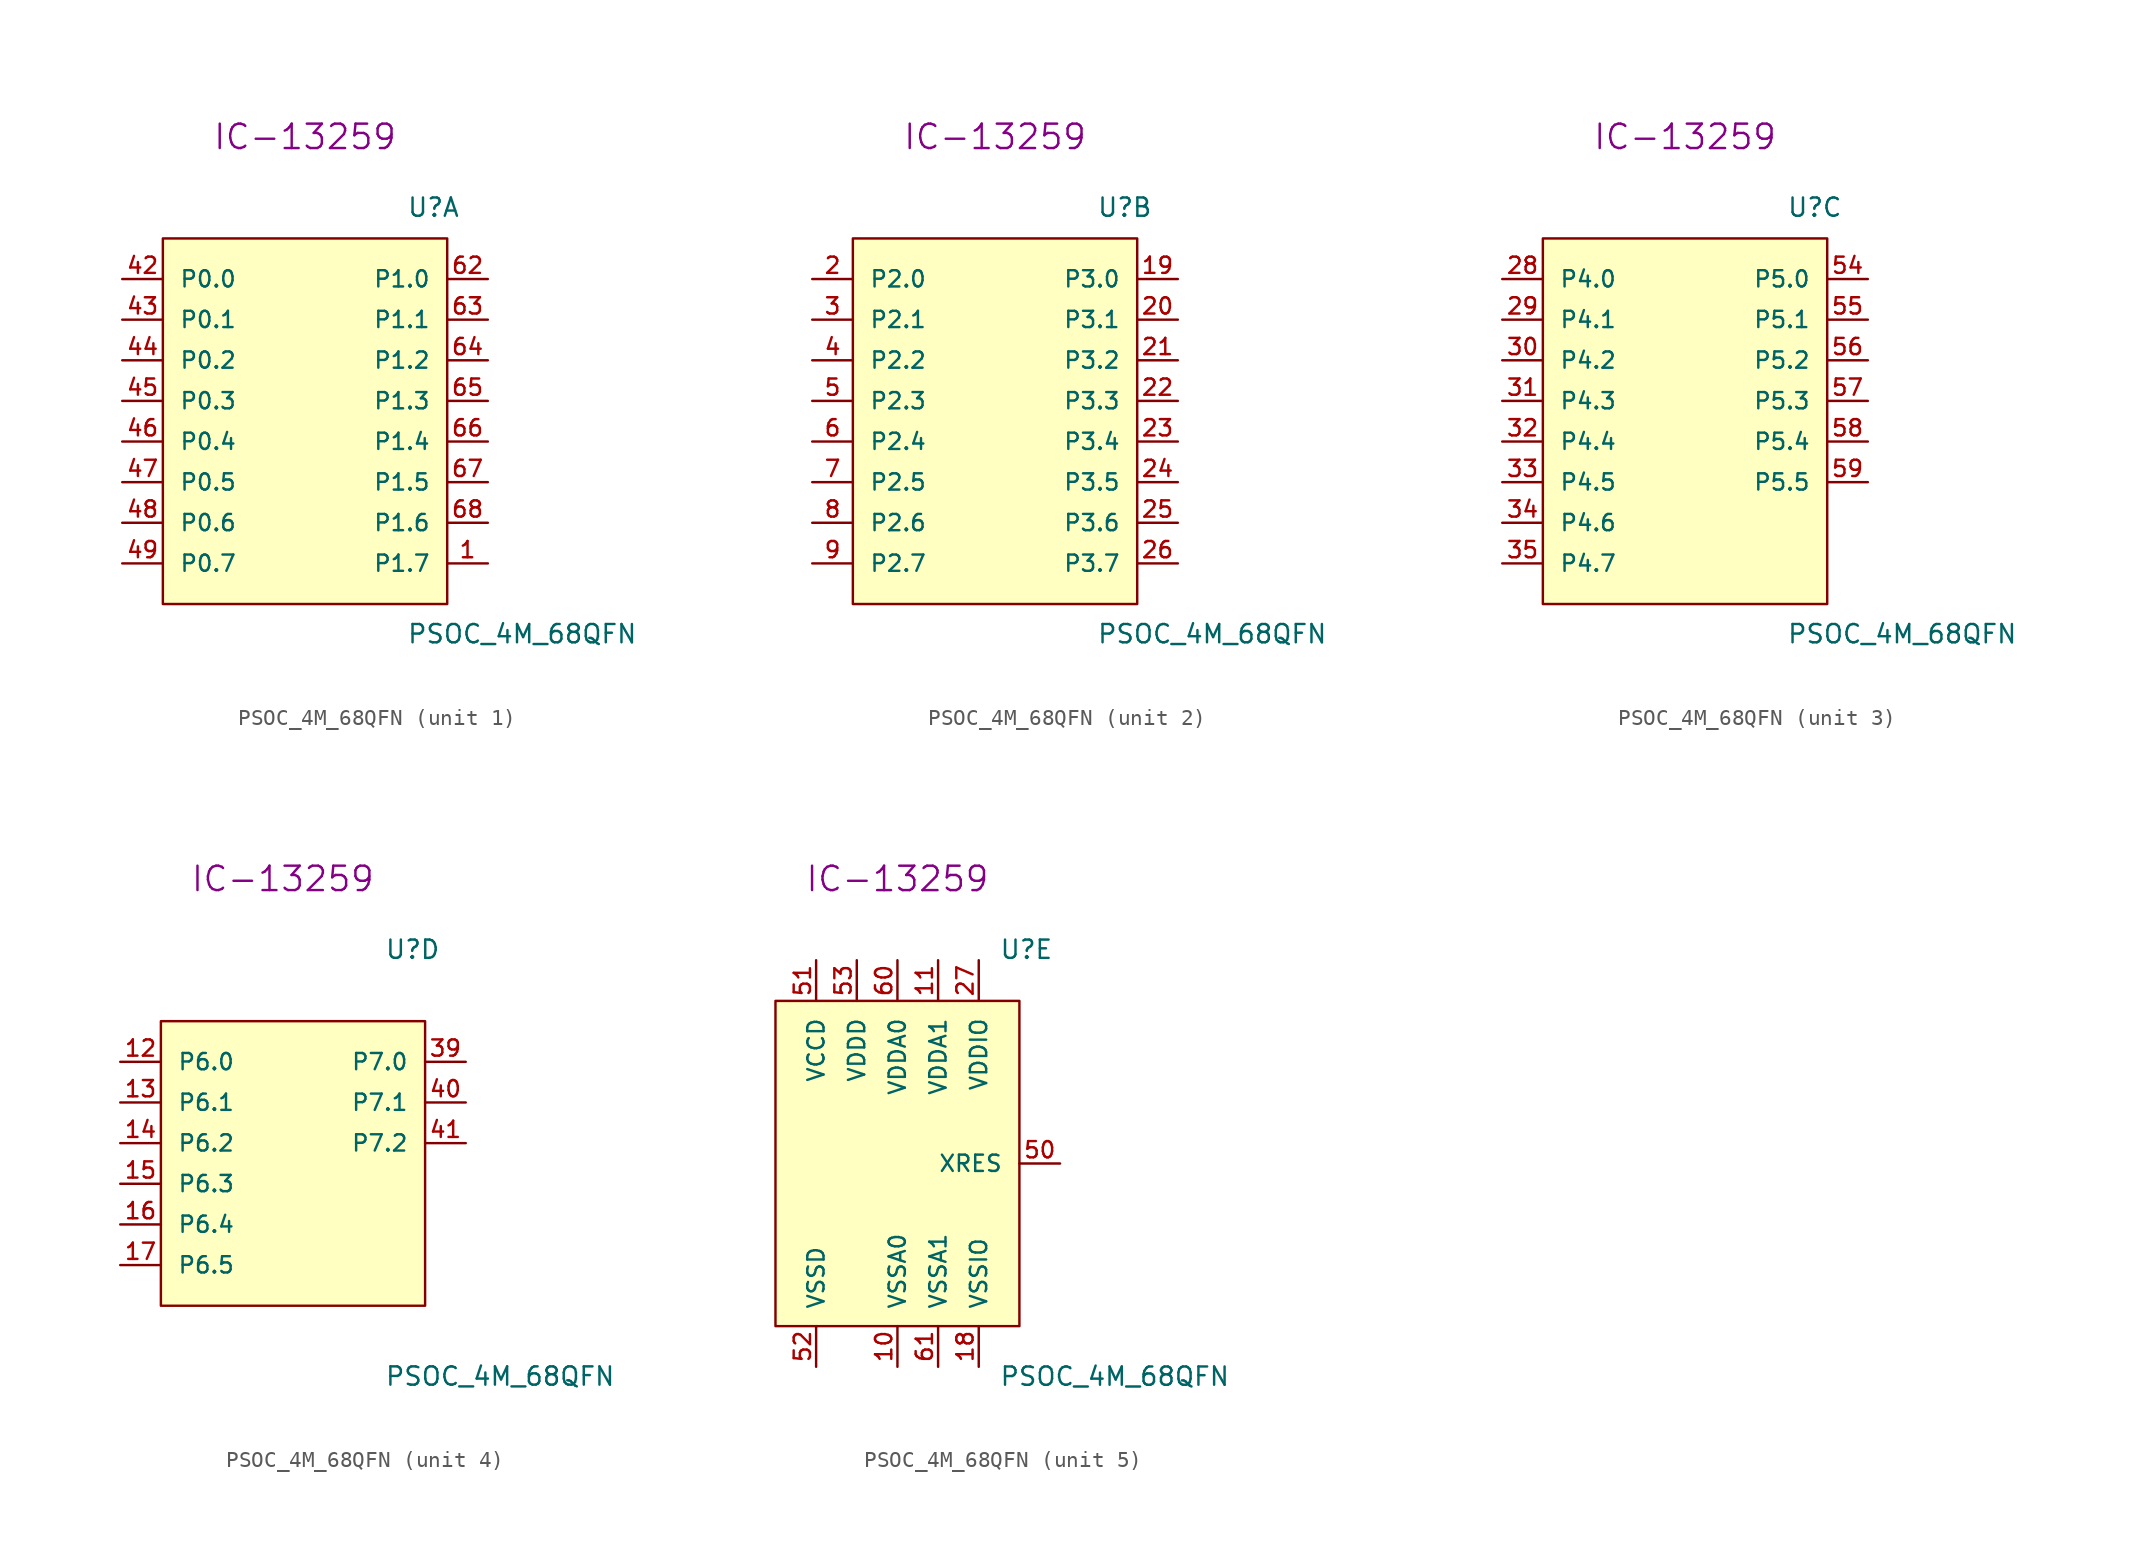
<source format=kicad_sym>
(kicad_symbol_lib
  (version 20201005)
  (generator kicad_symbol_editor)
  (symbol "PSOC_4M_68QFN"
    (pin_names
      (offset 1.016))
    (property "Reference" "U"
      (at 6.35 12.7 0)
      (effects (font (size 1.143 1.143)) (justify left bottom)))
    (property "Value" "PSOC_4M_68QFN"
      (at 6.35 -13.97 0)
      (effects (font (size 1.143 1.143)) (justify left bottom)))
    (property "Field4" "IC-13259"
      (at 0 17.78 0)
      (effects (font (size 1.524 1.524))))
    (property "ki_locked" ""
      (at 0 0 0)
      (effects (font (size 1.27 1.27))))
    (symbol "PSOC_4M_68QFN_1_1"
      (polyline (pts (xy -8.89 11.43) (xy 8.89 11.43) (xy 8.89 -11.43) (xy -8.89 -11.43) (xy -8.89 11.43)) (stroke (width 0)) (fill (type background)))
      (pin bidirectional line (at 11.43 -8.89 180) (length 2.54) (name "P1.7" (effects (font (size 1.016 1.016)))) (number "1" (effects (font (size 1.016 1.016)))))
      (pin bidirectional line (at -11.43 8.89 0) (length 2.54) (name "P0.0" (effects (font (size 1.016 1.016)))) (number "42" (effects (font (size 1.016 1.016)))))
      (pin bidirectional line (at 11.43 8.89 180) (length 2.54) (name "P1.0" (effects (font (size 1.016 1.016)))) (number "62" (effects (font (size 1.016 1.016)))))
      (pin bidirectional line (at -11.43 6.35 0) (length 2.54) (name "P0.1" (effects (font (size 1.016 1.016)))) (number "43" (effects (font (size 1.016 1.016)))))
      (pin bidirectional line (at 11.43 6.35 180) (length 2.54) (name "P1.1" (effects (font (size 1.016 1.016)))) (number "63" (effects (font (size 1.016 1.016)))))
      (pin bidirectional line (at -11.43 3.81 0) (length 2.54) (name "P0.2" (effects (font (size 1.016 1.016)))) (number "44" (effects (font (size 1.016 1.016)))))
      (pin bidirectional line (at 11.43 3.81 180) (length 2.54) (name "P1.2" (effects (font (size 1.016 1.016)))) (number "64" (effects (font (size 1.016 1.016)))))
      (pin bidirectional line (at -11.43 1.27 0) (length 2.54) (name "P0.3" (effects (font (size 1.016 1.016)))) (number "45" (effects (font (size 1.016 1.016)))))
      (pin bidirectional line (at 11.43 1.27 180) (length 2.54) (name "P1.3" (effects (font (size 1.016 1.016)))) (number "65" (effects (font (size 1.016 1.016)))))
      (pin bidirectional line (at -11.43 -1.27 0) (length 2.54) (name "P0.4" (effects (font (size 1.016 1.016)))) (number "46" (effects (font (size 1.016 1.016)))))
      (pin bidirectional line (at 11.43 -1.27 180) (length 2.54) (name "P1.4" (effects (font (size 1.016 1.016)))) (number "66" (effects (font (size 1.016 1.016)))))
      (pin bidirectional line (at -11.43 -3.81 0) (length 2.54) (name "P0.5" (effects (font (size 1.016 1.016)))) (number "47" (effects (font (size 1.016 1.016)))))
      (pin bidirectional line (at 11.43 -3.81 180) (length 2.54) (name "P1.5" (effects (font (size 1.016 1.016)))) (number "67" (effects (font (size 1.016 1.016)))))
      (pin bidirectional line (at -11.43 -6.35 0) (length 2.54) (name "P0.6" (effects (font (size 1.016 1.016)))) (number "48" (effects (font (size 1.016 1.016)))))
      (pin bidirectional line (at 11.43 -6.35 180) (length 2.54) (name "P1.6" (effects (font (size 1.016 1.016)))) (number "68" (effects (font (size 1.016 1.016)))))
      (pin bidirectional line (at -11.43 -8.89 0) (length 2.54) (name "P0.7" (effects (font (size 1.016 1.016)))) (number "49" (effects (font (size 1.016 1.016))))))
    (symbol "PSOC_4M_68QFN_2_1"
      (polyline (pts (xy -8.89 11.43) (xy 8.89 11.43) (xy 8.89 -11.43) (xy -8.89 -11.43) (xy -8.89 11.43)) (stroke (width 0)) (fill (type background)))
      (pin bidirectional line (at -11.43 8.89 0) (length 2.54) (name "P2.0" (effects (font (size 1.016 1.016)))) (number "2" (effects (font (size 1.016 1.016)))))
      (pin bidirectional line (at -11.43 6.35 0) (length 2.54) (name "P2.1" (effects (font (size 1.016 1.016)))) (number "3" (effects (font (size 1.016 1.016)))))
      (pin bidirectional line (at -11.43 3.81 0) (length 2.54) (name "P2.2" (effects (font (size 1.016 1.016)))) (number "4" (effects (font (size 1.016 1.016)))))
      (pin bidirectional line (at -11.43 1.27 0) (length 2.54) (name "P2.3" (effects (font (size 1.016 1.016)))) (number "5" (effects (font (size 1.016 1.016)))))
      (pin bidirectional line (at -11.43 -1.27 0) (length 2.54) (name "P2.4" (effects (font (size 1.016 1.016)))) (number "6" (effects (font (size 1.016 1.016)))))
      (pin bidirectional line (at -11.43 -3.81 0) (length 2.54) (name "P2.5" (effects (font (size 1.016 1.016)))) (number "7" (effects (font (size 1.016 1.016)))))
      (pin bidirectional line (at -11.43 -6.35 0) (length 2.54) (name "P2.6" (effects (font (size 1.016 1.016)))) (number "8" (effects (font (size 1.016 1.016)))))
      (pin bidirectional line (at -11.43 -8.89 0) (length 2.54) (name "P2.7" (effects (font (size 1.016 1.016)))) (number "9" (effects (font (size 1.016 1.016)))))
      (pin bidirectional line (at 11.43 6.35 180) (length 2.54) (name "P3.1" (effects (font (size 1.016 1.016)))) (number "20" (effects (font (size 1.016 1.016)))))
      (pin bidirectional line (at 11.43 3.81 180) (length 2.54) (name "P3.2" (effects (font (size 1.016 1.016)))) (number "21" (effects (font (size 1.016 1.016)))))
      (pin bidirectional line (at 11.43 1.27 180) (length 2.54) (name "P3.3" (effects (font (size 1.016 1.016)))) (number "22" (effects (font (size 1.016 1.016)))))
      (pin bidirectional line (at 11.43 -1.27 180) (length 2.54) (name "P3.4" (effects (font (size 1.016 1.016)))) (number "23" (effects (font (size 1.016 1.016)))))
      (pin bidirectional line (at 11.43 -3.81 180) (length 2.54) (name "P3.5" (effects (font (size 1.016 1.016)))) (number "24" (effects (font (size 1.016 1.016)))))
      (pin bidirectional line (at 11.43 -6.35 180) (length 2.54) (name "P3.6" (effects (font (size 1.016 1.016)))) (number "25" (effects (font (size 1.016 1.016)))))
      (pin bidirectional line (at 11.43 -8.89 180) (length 2.54) (name "P3.7" (effects (font (size 1.016 1.016)))) (number "26" (effects (font (size 1.016 1.016)))))
      (pin bidirectional line (at 11.43 8.89 180) (length 2.54) (name "P3.0" (effects (font (size 1.016 1.016)))) (number "19" (effects (font (size 1.016 1.016))))))
    (symbol "PSOC_4M_68QFN_3_1"
      (polyline (pts (xy -8.89 11.43) (xy 8.89 11.43) (xy 8.89 -11.43) (xy -8.89 -11.43) (xy -8.89 11.43)) (stroke (width 0)) (fill (type background)))
      (pin bidirectional line (at -11.43 3.81 0) (length 2.54) (name "P4.2" (effects (font (size 1.016 1.016)))) (number "30" (effects (font (size 1.016 1.016)))))
      (pin bidirectional line (at -11.43 1.27 0) (length 2.54) (name "P4.3" (effects (font (size 1.016 1.016)))) (number "31" (effects (font (size 1.016 1.016)))))
      (pin bidirectional line (at -11.43 -1.27 0) (length 2.54) (name "P4.4" (effects (font (size 1.016 1.016)))) (number "32" (effects (font (size 1.016 1.016)))))
      (pin bidirectional line (at -11.43 -3.81 0) (length 2.54) (name "P4.5" (effects (font (size 1.016 1.016)))) (number "33" (effects (font (size 1.016 1.016)))))
      (pin bidirectional line (at -11.43 -6.35 0) (length 2.54) (name "P4.6" (effects (font (size 1.016 1.016)))) (number "34" (effects (font (size 1.016 1.016)))))
      (pin bidirectional line (at 11.43 8.89 180) (length 2.54) (name "P5.0" (effects (font (size 1.016 1.016)))) (number "54" (effects (font (size 1.016 1.016)))))
      (pin bidirectional line (at -11.43 -8.89 0) (length 2.54) (name "P4.7" (effects (font (size 1.016 1.016)))) (number "35" (effects (font (size 1.016 1.016)))))
      (pin bidirectional line (at 11.43 6.35 180) (length 2.54) (name "P5.1" (effects (font (size 1.016 1.016)))) (number "55" (effects (font (size 1.016 1.016)))))
      (pin bidirectional line (at 11.43 3.81 180) (length 2.54) (name "P5.2" (effects (font (size 1.016 1.016)))) (number "56" (effects (font (size 1.016 1.016)))))
      (pin bidirectional line (at 11.43 1.27 180) (length 2.54) (name "P5.3" (effects (font (size 1.016 1.016)))) (number "57" (effects (font (size 1.016 1.016)))))
      (pin bidirectional line (at -11.43 8.89 0) (length 2.54) (name "P4.0" (effects (font (size 1.016 1.016)))) (number "28" (effects (font (size 1.016 1.016)))))
      (pin bidirectional line (at 11.43 -1.27 180) (length 2.54) (name "P5.4" (effects (font (size 1.016 1.016)))) (number "58" (effects (font (size 1.016 1.016)))))
      (pin bidirectional line (at -11.43 6.35 0) (length 2.54) (name "P4.1" (effects (font (size 1.016 1.016)))) (number "29" (effects (font (size 1.016 1.016)))))
      (pin bidirectional line (at 11.43 -3.81 180) (length 2.54) (name "P5.5" (effects (font (size 1.016 1.016)))) (number "59" (effects (font (size 1.016 1.016))))))
    (symbol "PSOC_4M_68QFN_4_1"
      (polyline (pts (xy -7.62 8.89) (xy 8.89 8.89) (xy 8.89 -8.89) (xy -7.62 -8.89) (xy -7.62 8.89)) (stroke (width 0)) (fill (type background)))
      (pin bidirectional line (at 11.43 3.81 180) (length 2.54) (name "P7.1" (effects (font (size 1.016 1.016)))) (number "40" (effects (font (size 1.016 1.016)))))
      (pin bidirectional line (at 11.43 1.27 180) (length 2.54) (name "P7.2" (effects (font (size 1.016 1.016)))) (number "41" (effects (font (size 1.016 1.016)))))
      (pin bidirectional line (at -10.16 6.35 0) (length 2.54) (name "P6.0" (effects (font (size 1.016 1.016)))) (number "12" (effects (font (size 1.016 1.016)))))
      (pin bidirectional line (at -10.16 3.81 0) (length 2.54) (name "P6.1" (effects (font (size 1.016 1.016)))) (number "13" (effects (font (size 1.016 1.016)))))
      (pin bidirectional line (at -10.16 1.27 0) (length 2.54) (name "P6.2" (effects (font (size 1.016 1.016)))) (number "14" (effects (font (size 1.016 1.016)))))
      (pin bidirectional line (at -10.16 -1.27 0) (length 2.54) (name "P6.3" (effects (font (size 1.016 1.016)))) (number "15" (effects (font (size 1.016 1.016)))))
      (pin bidirectional line (at -10.16 -3.81 0) (length 2.54) (name "P6.4" (effects (font (size 1.016 1.016)))) (number "16" (effects (font (size 1.016 1.016)))))
      (pin bidirectional line (at -10.16 -6.35 0) (length 2.54) (name "P6.5" (effects (font (size 1.016 1.016)))) (number "17" (effects (font (size 1.016 1.016)))))
      (pin bidirectional line (at 11.43 6.35 180) (length 2.54) (name "P7.0" (effects (font (size 1.016 1.016)))) (number "39" (effects (font (size 1.016 1.016))))))
    (symbol "PSOC_4M_68QFN_5_1"
      (polyline (pts (xy -7.62 10.16) (xy 7.62 10.16) (xy 7.62 -10.16) (xy -7.62 -10.16) (xy -7.62 10.16)) (stroke (width 0)) (fill (type background)))
      (pin bidirectional line (at 0 -12.7 90) (length 2.54) (name "VSSA0" (effects (font (size 1.016 1.016)))) (number "10" (effects (font (size 1.016 1.016)))))
      (pin bidirectional line (at 10.16 0 180) (length 2.54) (name "XRES" (effects (font (size 1.016 1.016)))) (number "50" (effects (font (size 1.016 1.016)))))
      (pin bidirectional line (at 0 12.7 270) (length 2.54) (name "VDDA0" (effects (font (size 1.016 1.016)))) (number "60" (effects (font (size 1.016 1.016)))))
      (pin bidirectional line (at 2.54 12.7 270) (length 2.54) (name "VDDA1" (effects (font (size 1.016 1.016)))) (number "11" (effects (font (size 1.016 1.016)))))
      (pin bidirectional line (at -5.08 12.7 270) (length 2.54) (name "VCCD" (effects (font (size 1.016 1.016)))) (number "51" (effects (font (size 1.016 1.016)))))
      (pin bidirectional line (at 2.54 -12.7 90) (length 2.54) (name "VSSA1" (effects (font (size 1.016 1.016)))) (number "61" (effects (font (size 1.016 1.016)))))
      (pin bidirectional line (at -5.08 -12.7 90) (length 2.54) (name "VSSD" (effects (font (size 1.016 1.016)))) (number "52" (effects (font (size 1.016 1.016)))))
      (pin bidirectional line (at -2.54 12.7 270) (length 2.54) (name "VDDD" (effects (font (size 1.016 1.016)))) (number "53" (effects (font (size 1.016 1.016)))))
      (pin bidirectional line (at 5.08 12.7 270) (length 2.54) (name "VDDIO" (effects (font (size 1.016 1.016)))) (number "27" (effects (font (size 1.016 1.016)))))
      (pin bidirectional line (at 5.08 -12.7 90) (length 2.54) (name "VSSIO" (effects (font (size 1.016 1.016)))) (number "18" (effects (font (size 1.016 1.016)))))
      (pin bidirectional line (at -5.08 -12.7 90) (length 2.54) hide (name "VSSD" (effects (font (size 1.016 1.016)))) (number "69" (effects (font (size 1.016 1.016))))))))
</source>
